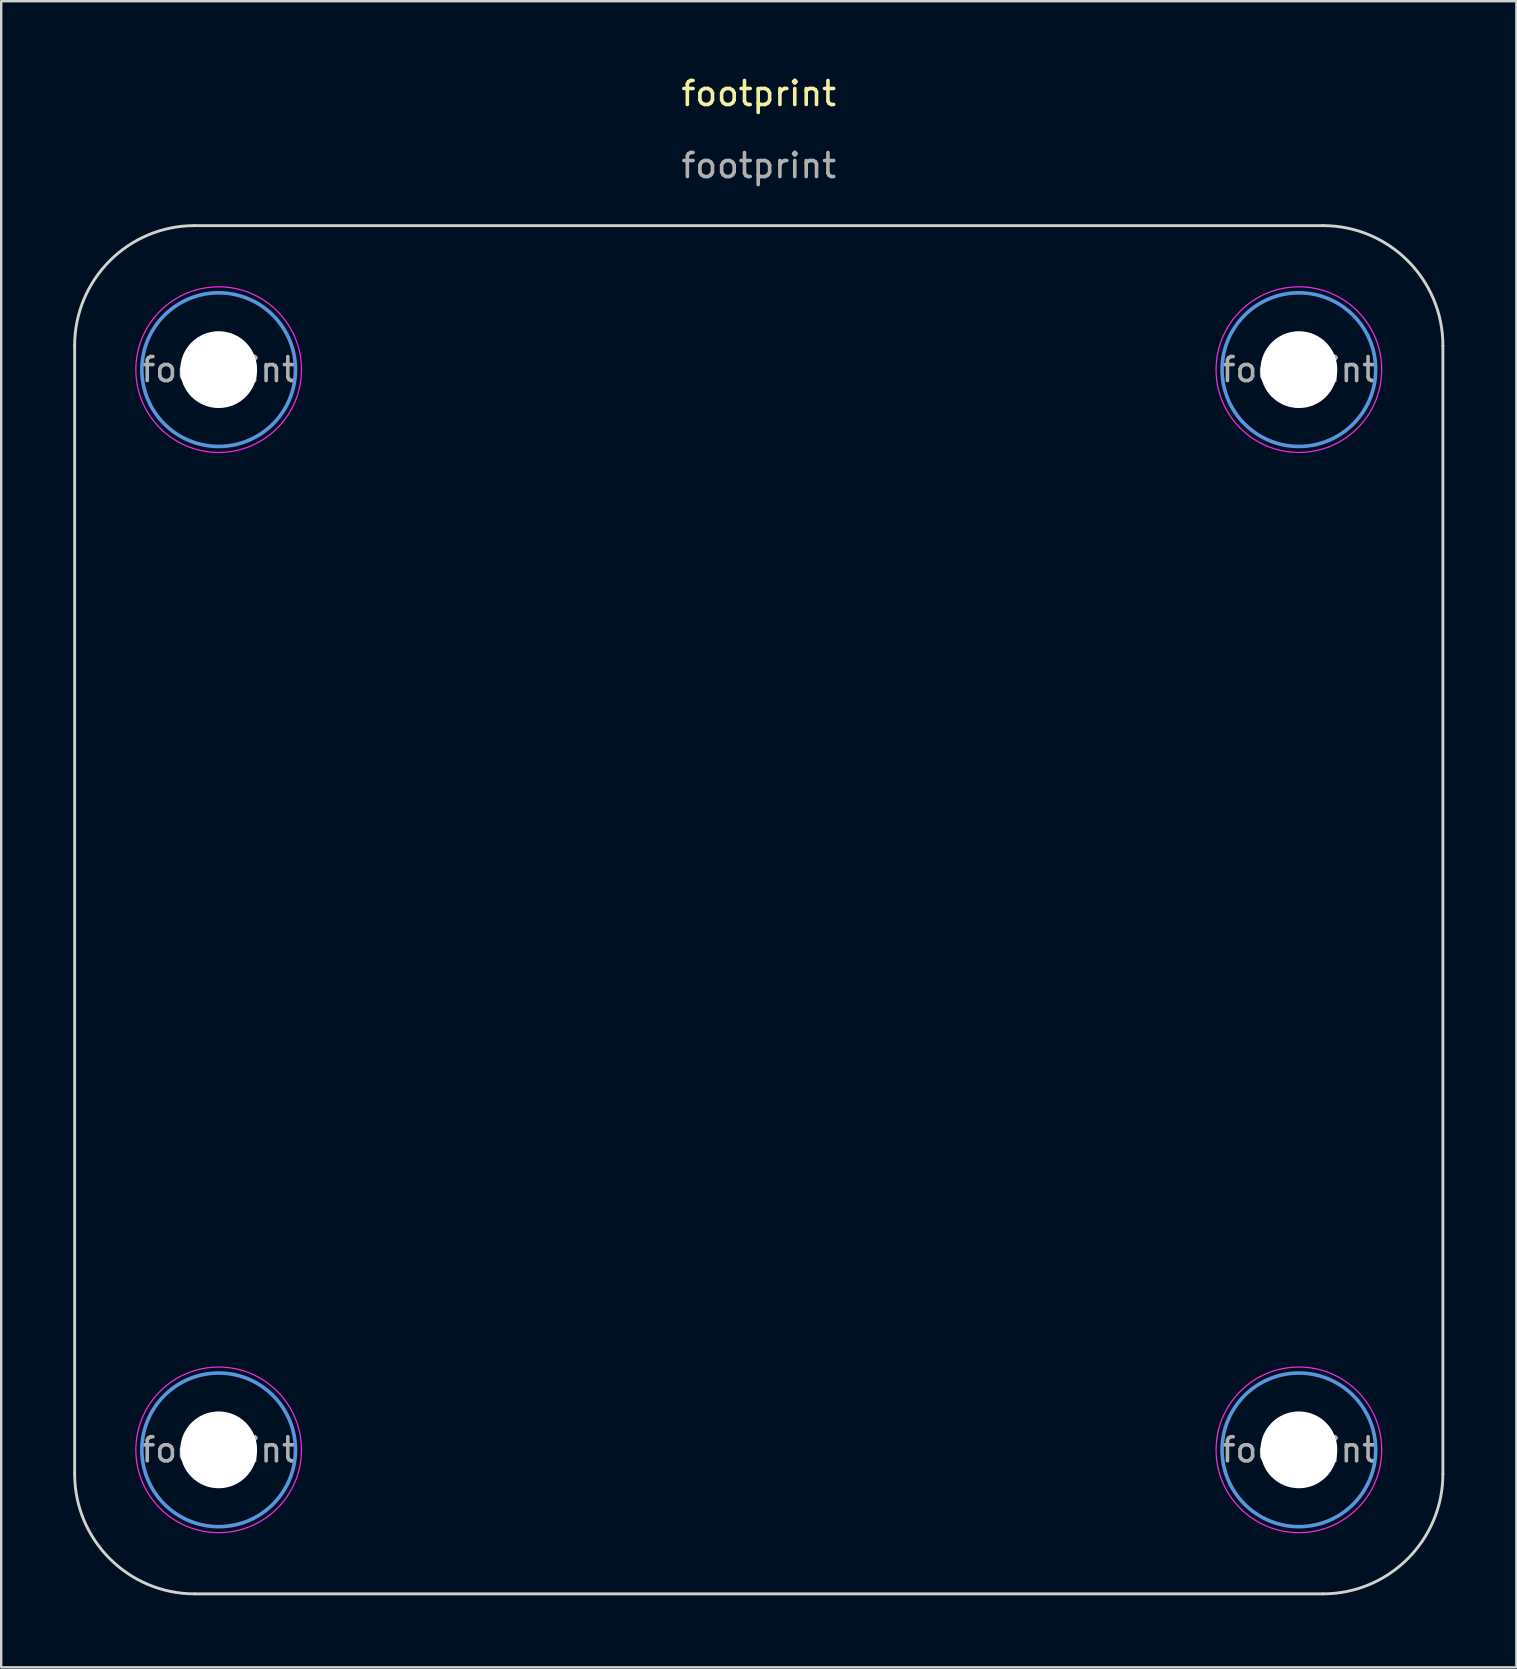
<source format=kicad_pcb>
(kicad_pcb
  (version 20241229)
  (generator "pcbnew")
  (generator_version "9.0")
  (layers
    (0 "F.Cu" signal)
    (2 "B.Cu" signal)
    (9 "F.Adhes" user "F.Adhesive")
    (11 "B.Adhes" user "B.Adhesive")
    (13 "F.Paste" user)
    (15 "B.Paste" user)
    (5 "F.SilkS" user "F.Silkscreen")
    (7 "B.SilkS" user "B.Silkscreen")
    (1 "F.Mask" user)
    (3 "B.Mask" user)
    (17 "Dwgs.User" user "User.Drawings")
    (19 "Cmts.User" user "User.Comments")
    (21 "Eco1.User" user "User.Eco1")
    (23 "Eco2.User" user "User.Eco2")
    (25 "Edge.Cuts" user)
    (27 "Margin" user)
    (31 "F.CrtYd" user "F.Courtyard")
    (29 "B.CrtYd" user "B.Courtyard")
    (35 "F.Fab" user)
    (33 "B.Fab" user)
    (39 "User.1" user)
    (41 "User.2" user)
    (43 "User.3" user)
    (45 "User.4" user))
  (footprint "footprint"
    (layer "F.Cu")
    (at 28.559 34.848)
    (property "Reference" "footprint" (at 0 -34 0) (unlocked yes) (layer "F.SilkS") (effects (font (size 1 1) (thickness 0.15))))
    (fp_circle (center -22.5 -22.5) (end -19.3 -22.5) (stroke (width 0.15) (type solid)) (fill no) (layer "Cmts.User"))
    (fp_circle (center -22.5 22.5) (end -19.3 22.5) (stroke (width 0.15) (type solid)) (fill no) (layer "Cmts.User"))
    (fp_circle (center 22.5 -22.5) (end 25.7 -22.5) (stroke (width 0.15) (type solid)) (fill no) (layer "Cmts.User"))
    (fp_circle (center 22.5 22.5) (end 25.7 22.5) (stroke (width 0.15) (type solid)) (fill no) (layer "Cmts.User"))
    (fp_line (start -28.499 23.499) (end -28.499 -23.499) (stroke (width 0.12) (type solid)) (layer "Edge.Cuts"))
    (fp_line (start 23.499 -28.499) (end -23.499 -28.499) (stroke (width 0.12) (type solid)) (layer "Edge.Cuts"))
    (fp_line (start 23.499 28.499) (end -23.499 28.499) (stroke (width 0.12) (type solid)) (layer "Edge.Cuts"))
    (fp_line (start 28.499 -23.499) (end 28.499 23.499) (stroke (width 0.12) (type solid)) (layer "Edge.Cuts"))
    (fp_arc (start -28.499466 -23.499466) (mid -27.035 -27.035) (end -23.499466 -28.499466) (stroke (width 0.12) (type solid)) (layer "Edge.Cuts"))
    (fp_arc (start -23.499466 28.499466) (mid -27.035 27.035) (end -28.499466 23.499466) (stroke (width 0.12) (type solid)) (layer "Edge.Cuts"))
    (fp_arc (start 23.499466 -28.499466) (mid 27.035 -27.035) (end 28.499466 -23.499466) (stroke (width 0.12) (type solid)) (layer "Edge.Cuts"))
    (fp_arc (start 28.499466 23.499466) (mid 27.035 27.035) (end 23.499466 28.499466) (stroke (width 0.12) (type solid)) (layer "Edge.Cuts"))
    (fp_circle (center -22.5 -22.5) (end -19.05 -22.5) (stroke (width 0.05) (type solid)) (fill no) (layer "F.CrtYd"))
    (fp_circle (center -22.5 22.5) (end -19.05 22.5) (stroke (width 0.05) (type solid)) (fill no) (layer "F.CrtYd"))
    (fp_circle (center 22.5 -22.5) (end 25.95 -22.5) (stroke (width 0.05) (type solid)) (fill no) (layer "F.CrtYd"))
    (fp_circle (center 22.5 22.5) (end 25.95 22.5) (stroke (width 0.05) (type solid)) (fill no) (layer "F.CrtYd"))
    (fp_text user "${REFERENCE}" (at 22.5 -22.5 0) (layer "F.Fab") (effects (font (size 1 1) (thickness 0.15))))
    (fp_text user "${REFERENCE}" (at -22.5 22.5 0) (layer "F.Fab") (effects (font (size 1 1) (thickness 0.15))))
    (fp_text user "${REFERENCE}" (at 0 -31 0) (unlocked yes) (layer "F.Fab") (effects (font (size 1 1) (thickness 0.15))))
    (fp_text user "${REFERENCE}" (at 22.5 22.5 0) (layer "F.Fab") (effects (font (size 1 1) (thickness 0.15))))
    (fp_text user "${REFERENCE}" (at -22.5 -22.5 0) (layer "F.Fab") (effects (font (size 1 1) (thickness 0.15))))
    (pad "" np_thru_hole circle (at -22.5 -22.5) (size 3.2 3.2) (drill 3.2) (layers "*.Cu" "*.Mask"))
    (pad "" np_thru_hole circle (at -22.5 22.5) (size 3.2 3.2) (drill 3.2) (layers "*.Cu" "*.Mask"))
    (pad "" np_thru_hole circle (at 22.5 -22.5) (size 3.2 3.2) (drill 3.2) (layers "*.Cu" "*.Mask"))
    (pad "" np_thru_hole circle (at 22.5 22.5) (size 3.2 3.2) (drill 3.2) (layers "*.Cu" "*.Mask")))
  (gr_rect
    (start -3 -3)
    (end 60.119 66.408)
    (stroke (width 0.1) (type default))
    (fill no)
    (layer "Edge.Cuts")))
</source>
